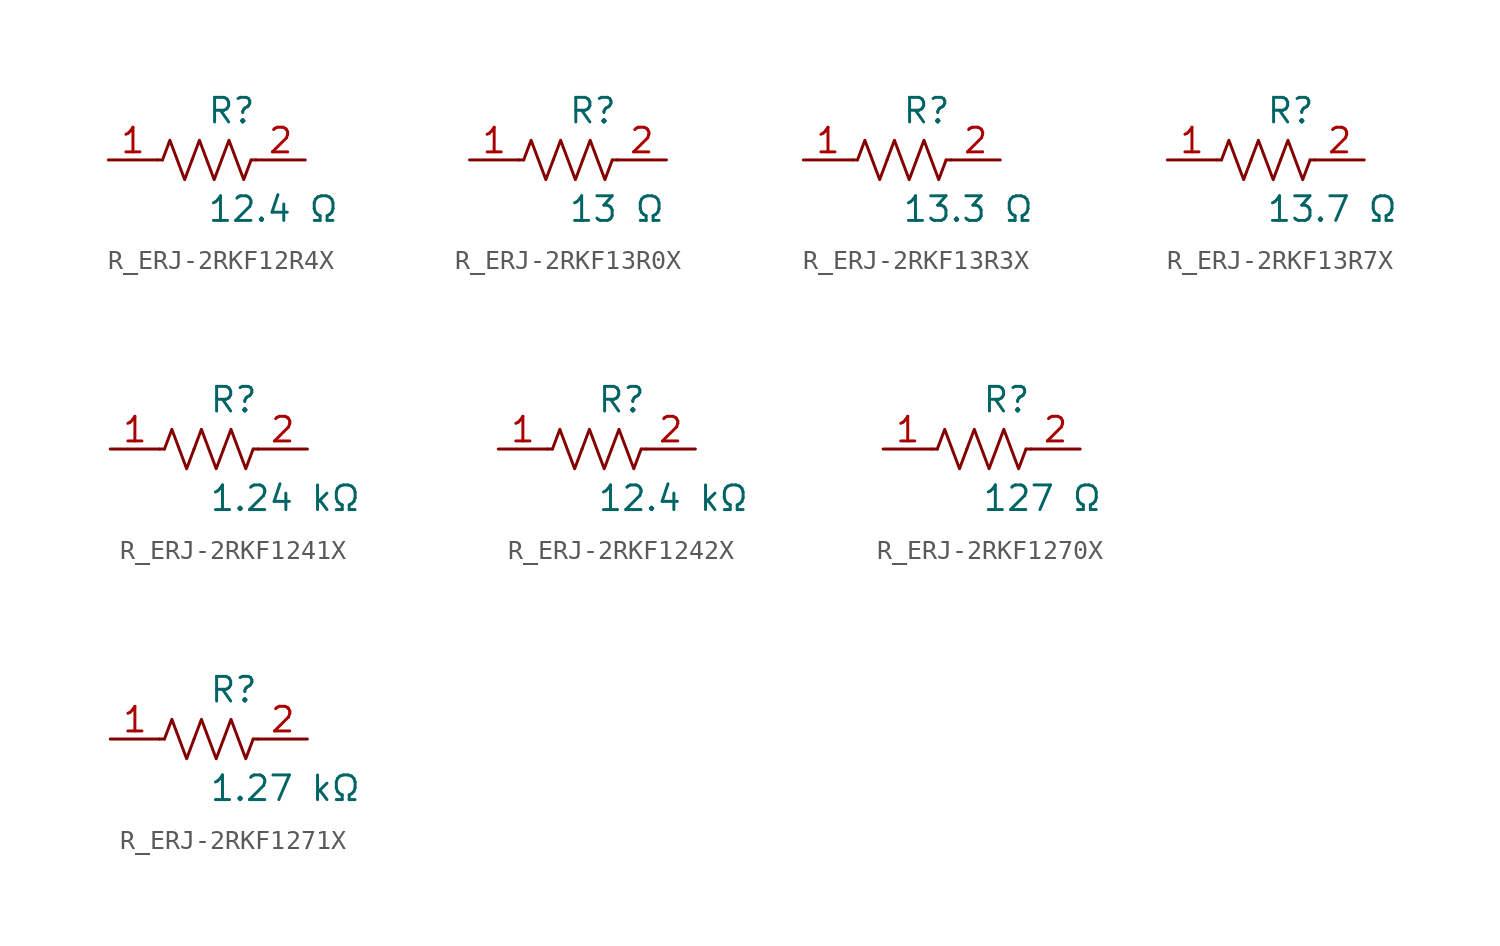
<source format=kicad_sym>
(kicad_symbol_lib
  (version 20231120)
  (generator kicad_symbol_editor)
  (generator_version 8.0)
  (symbol "R_ERJ-2RKF12R4X"
    (pin_names
      (offset 0.254))
    (property "Reference" "R"
      (at 0.0 2.54 0)
      (effects (font (size 1.27 1.27)) (justify left)))
    (property "Value" "12.4 Ω"
      (at 0.0 -2.54 0)
      (effects (font (size 1.27 1.27)) (justify left)))
    (symbol "R_ERJ-2RKF12R4X_0_1"
      (polyline (pts (xy 2.286 0) (xy 2.54 0)) (stroke (width 0) (type default)) (fill (type none)))
      (polyline (pts (xy -2.286 0) (xy -2.54 0)) (stroke (width 0) (type default)) (fill (type none)))
      (polyline (pts (xy 0.762 0) (xy 1.143 1.016) (xy 1.524 0) (xy 1.905 -1.016) (xy 2.286 0)) (stroke (width 0) (type default)) (fill (type none)))
      (polyline (pts (xy -0.762 0) (xy -0.381 1.016) (xy 0 0) (xy 0.381 -1.016) (xy 0.762 0)) (stroke (width 0) (type default)) (fill (type none)))
      (polyline (pts (xy -2.286 0) (xy -1.905 1.016) (xy -1.524 0) (xy -1.143 -1.016) (xy -0.762 0)) (stroke (width 0) (type default)) (fill (type none))))
    (pin unspecified line
      (at -5.08 0 0)
      (length 2.54)
      (name "" (effects (font (size 1.27 1.27))))
      (number "1" (effects (font (size 1.27 1.27)))))
    (pin unspecified line
      (at 5.08 0 180)
      (length 2.54)
      (name "" (effects (font (size 1.27 1.27))))
      (number "2" (effects (font (size 1.27 1.27))))))
  (symbol "R_ERJ-2RKF13R0X"
    (pin_names
      (offset 0.254))
    (property "Reference" "R"
      (at 0.0 2.54 0)
      (effects (font (size 1.27 1.27)) (justify left)))
    (property "Value" "13 Ω"
      (at 0.0 -2.54 0)
      (effects (font (size 1.27 1.27)) (justify left)))
    (symbol "R_ERJ-2RKF13R0X_0_1"
      (polyline (pts (xy 2.286 0) (xy 2.54 0)) (stroke (width 0) (type default)) (fill (type none)))
      (polyline (pts (xy -2.286 0) (xy -2.54 0)) (stroke (width 0) (type default)) (fill (type none)))
      (polyline (pts (xy 0.762 0) (xy 1.143 1.016) (xy 1.524 0) (xy 1.905 -1.016) (xy 2.286 0)) (stroke (width 0) (type default)) (fill (type none)))
      (polyline (pts (xy -0.762 0) (xy -0.381 1.016) (xy 0 0) (xy 0.381 -1.016) (xy 0.762 0)) (stroke (width 0) (type default)) (fill (type none)))
      (polyline (pts (xy -2.286 0) (xy -1.905 1.016) (xy -1.524 0) (xy -1.143 -1.016) (xy -0.762 0)) (stroke (width 0) (type default)) (fill (type none))))
    (pin unspecified line
      (at -5.08 0 0)
      (length 2.54)
      (name "" (effects (font (size 1.27 1.27))))
      (number "1" (effects (font (size 1.27 1.27)))))
    (pin unspecified line
      (at 5.08 0 180)
      (length 2.54)
      (name "" (effects (font (size 1.27 1.27))))
      (number "2" (effects (font (size 1.27 1.27))))))
  (symbol "R_ERJ-2RKF13R3X"
    (pin_names
      (offset 0.254))
    (property "Reference" "R"
      (at 0.0 2.54 0)
      (effects (font (size 1.27 1.27)) (justify left)))
    (property "Value" "13.3 Ω"
      (at 0.0 -2.54 0)
      (effects (font (size 1.27 1.27)) (justify left)))
    (symbol "R_ERJ-2RKF13R3X_0_1"
      (polyline (pts (xy 2.286 0) (xy 2.54 0)) (stroke (width 0) (type default)) (fill (type none)))
      (polyline (pts (xy -2.286 0) (xy -2.54 0)) (stroke (width 0) (type default)) (fill (type none)))
      (polyline (pts (xy 0.762 0) (xy 1.143 1.016) (xy 1.524 0) (xy 1.905 -1.016) (xy 2.286 0)) (stroke (width 0) (type default)) (fill (type none)))
      (polyline (pts (xy -0.762 0) (xy -0.381 1.016) (xy 0 0) (xy 0.381 -1.016) (xy 0.762 0)) (stroke (width 0) (type default)) (fill (type none)))
      (polyline (pts (xy -2.286 0) (xy -1.905 1.016) (xy -1.524 0) (xy -1.143 -1.016) (xy -0.762 0)) (stroke (width 0) (type default)) (fill (type none))))
    (pin unspecified line
      (at -5.08 0 0)
      (length 2.54)
      (name "" (effects (font (size 1.27 1.27))))
      (number "1" (effects (font (size 1.27 1.27)))))
    (pin unspecified line
      (at 5.08 0 180)
      (length 2.54)
      (name "" (effects (font (size 1.27 1.27))))
      (number "2" (effects (font (size 1.27 1.27))))))
  (symbol "R_ERJ-2RKF13R7X"
    (pin_names
      (offset 0.254))
    (property "Reference" "R"
      (at 0.0 2.54 0)
      (effects (font (size 1.27 1.27)) (justify left)))
    (property "Value" "13.7 Ω"
      (at 0.0 -2.54 0)
      (effects (font (size 1.27 1.27)) (justify left)))
    (symbol "R_ERJ-2RKF13R7X_0_1"
      (polyline (pts (xy 2.286 0) (xy 2.54 0)) (stroke (width 0) (type default)) (fill (type none)))
      (polyline (pts (xy -2.286 0) (xy -2.54 0)) (stroke (width 0) (type default)) (fill (type none)))
      (polyline (pts (xy 0.762 0) (xy 1.143 1.016) (xy 1.524 0) (xy 1.905 -1.016) (xy 2.286 0)) (stroke (width 0) (type default)) (fill (type none)))
      (polyline (pts (xy -0.762 0) (xy -0.381 1.016) (xy 0 0) (xy 0.381 -1.016) (xy 0.762 0)) (stroke (width 0) (type default)) (fill (type none)))
      (polyline (pts (xy -2.286 0) (xy -1.905 1.016) (xy -1.524 0) (xy -1.143 -1.016) (xy -0.762 0)) (stroke (width 0) (type default)) (fill (type none))))
    (pin unspecified line
      (at -5.08 0 0)
      (length 2.54)
      (name "" (effects (font (size 1.27 1.27))))
      (number "1" (effects (font (size 1.27 1.27)))))
    (pin unspecified line
      (at 5.08 0 180)
      (length 2.54)
      (name "" (effects (font (size 1.27 1.27))))
      (number "2" (effects (font (size 1.27 1.27))))))
  (symbol "R_ERJ-2RKF1241X"
    (pin_names
      (offset 0.254))
    (property "Reference" "R"
      (at 0.0 2.54 0)
      (effects (font (size 1.27 1.27)) (justify left)))
    (property "Value" "1.24 kΩ"
      (at 0.0 -2.54 0)
      (effects (font (size 1.27 1.27)) (justify left)))
    (symbol "R_ERJ-2RKF1241X_0_1"
      (polyline (pts (xy 2.286 0) (xy 2.54 0)) (stroke (width 0) (type default)) (fill (type none)))
      (polyline (pts (xy -2.286 0) (xy -2.54 0)) (stroke (width 0) (type default)) (fill (type none)))
      (polyline (pts (xy 0.762 0) (xy 1.143 1.016) (xy 1.524 0) (xy 1.905 -1.016) (xy 2.286 0)) (stroke (width 0) (type default)) (fill (type none)))
      (polyline (pts (xy -0.762 0) (xy -0.381 1.016) (xy 0 0) (xy 0.381 -1.016) (xy 0.762 0)) (stroke (width 0) (type default)) (fill (type none)))
      (polyline (pts (xy -2.286 0) (xy -1.905 1.016) (xy -1.524 0) (xy -1.143 -1.016) (xy -0.762 0)) (stroke (width 0) (type default)) (fill (type none))))
    (pin unspecified line
      (at -5.08 0 0)
      (length 2.54)
      (name "" (effects (font (size 1.27 1.27))))
      (number "1" (effects (font (size 1.27 1.27)))))
    (pin unspecified line
      (at 5.08 0 180)
      (length 2.54)
      (name "" (effects (font (size 1.27 1.27))))
      (number "2" (effects (font (size 1.27 1.27))))))
  (symbol "R_ERJ-2RKF1242X"
    (pin_names
      (offset 0.254))
    (property "Reference" "R"
      (at 0.0 2.54 0)
      (effects (font (size 1.27 1.27)) (justify left)))
    (property "Value" "12.4 kΩ"
      (at 0.0 -2.54 0)
      (effects (font (size 1.27 1.27)) (justify left)))
    (symbol "R_ERJ-2RKF1242X_0_1"
      (polyline (pts (xy 2.286 0) (xy 2.54 0)) (stroke (width 0) (type default)) (fill (type none)))
      (polyline (pts (xy -2.286 0) (xy -2.54 0)) (stroke (width 0) (type default)) (fill (type none)))
      (polyline (pts (xy 0.762 0) (xy 1.143 1.016) (xy 1.524 0) (xy 1.905 -1.016) (xy 2.286 0)) (stroke (width 0) (type default)) (fill (type none)))
      (polyline (pts (xy -0.762 0) (xy -0.381 1.016) (xy 0 0) (xy 0.381 -1.016) (xy 0.762 0)) (stroke (width 0) (type default)) (fill (type none)))
      (polyline (pts (xy -2.286 0) (xy -1.905 1.016) (xy -1.524 0) (xy -1.143 -1.016) (xy -0.762 0)) (stroke (width 0) (type default)) (fill (type none))))
    (pin unspecified line
      (at -5.08 0 0)
      (length 2.54)
      (name "" (effects (font (size 1.27 1.27))))
      (number "1" (effects (font (size 1.27 1.27)))))
    (pin unspecified line
      (at 5.08 0 180)
      (length 2.54)
      (name "" (effects (font (size 1.27 1.27))))
      (number "2" (effects (font (size 1.27 1.27))))))
  (symbol "R_ERJ-2RKF1270X"
    (pin_names
      (offset 0.254))
    (property "Reference" "R"
      (at 0.0 2.54 0)
      (effects (font (size 1.27 1.27)) (justify left)))
    (property "Value" "127 Ω"
      (at 0.0 -2.54 0)
      (effects (font (size 1.27 1.27)) (justify left)))
    (symbol "R_ERJ-2RKF1270X_0_1"
      (polyline (pts (xy 2.286 0) (xy 2.54 0)) (stroke (width 0) (type default)) (fill (type none)))
      (polyline (pts (xy -2.286 0) (xy -2.54 0)) (stroke (width 0) (type default)) (fill (type none)))
      (polyline (pts (xy 0.762 0) (xy 1.143 1.016) (xy 1.524 0) (xy 1.905 -1.016) (xy 2.286 0)) (stroke (width 0) (type default)) (fill (type none)))
      (polyline (pts (xy -0.762 0) (xy -0.381 1.016) (xy 0 0) (xy 0.381 -1.016) (xy 0.762 0)) (stroke (width 0) (type default)) (fill (type none)))
      (polyline (pts (xy -2.286 0) (xy -1.905 1.016) (xy -1.524 0) (xy -1.143 -1.016) (xy -0.762 0)) (stroke (width 0) (type default)) (fill (type none))))
    (pin unspecified line
      (at -5.08 0 0)
      (length 2.54)
      (name "" (effects (font (size 1.27 1.27))))
      (number "1" (effects (font (size 1.27 1.27)))))
    (pin unspecified line
      (at 5.08 0 180)
      (length 2.54)
      (name "" (effects (font (size 1.27 1.27))))
      (number "2" (effects (font (size 1.27 1.27))))))
  (symbol "R_ERJ-2RKF1271X"
    (pin_names
      (offset 0.254))
    (property "Reference" "R"
      (at 0.0 2.54 0)
      (effects (font (size 1.27 1.27)) (justify left)))
    (property "Value" "1.27 kΩ"
      (at 0.0 -2.54 0)
      (effects (font (size 1.27 1.27)) (justify left)))
    (symbol "R_ERJ-2RKF1271X_0_1"
      (polyline (pts (xy 2.286 0) (xy 2.54 0)) (stroke (width 0) (type default)) (fill (type none)))
      (polyline (pts (xy -2.286 0) (xy -2.54 0)) (stroke (width 0) (type default)) (fill (type none)))
      (polyline (pts (xy 0.762 0) (xy 1.143 1.016) (xy 1.524 0) (xy 1.905 -1.016) (xy 2.286 0)) (stroke (width 0) (type default)) (fill (type none)))
      (polyline (pts (xy -0.762 0) (xy -0.381 1.016) (xy 0 0) (xy 0.381 -1.016) (xy 0.762 0)) (stroke (width 0) (type default)) (fill (type none)))
      (polyline (pts (xy -2.286 0) (xy -1.905 1.016) (xy -1.524 0) (xy -1.143 -1.016) (xy -0.762 0)) (stroke (width 0) (type default)) (fill (type none))))
    (pin unspecified line
      (at -5.08 0 0)
      (length 2.54)
      (name "" (effects (font (size 1.27 1.27))))
      (number "1" (effects (font (size 1.27 1.27)))))
    (pin unspecified line
      (at 5.08 0 180)
      (length 2.54)
      (name "" (effects (font (size 1.27 1.27))))
      (number "2" (effects (font (size 1.27 1.27)))))))
</source>
